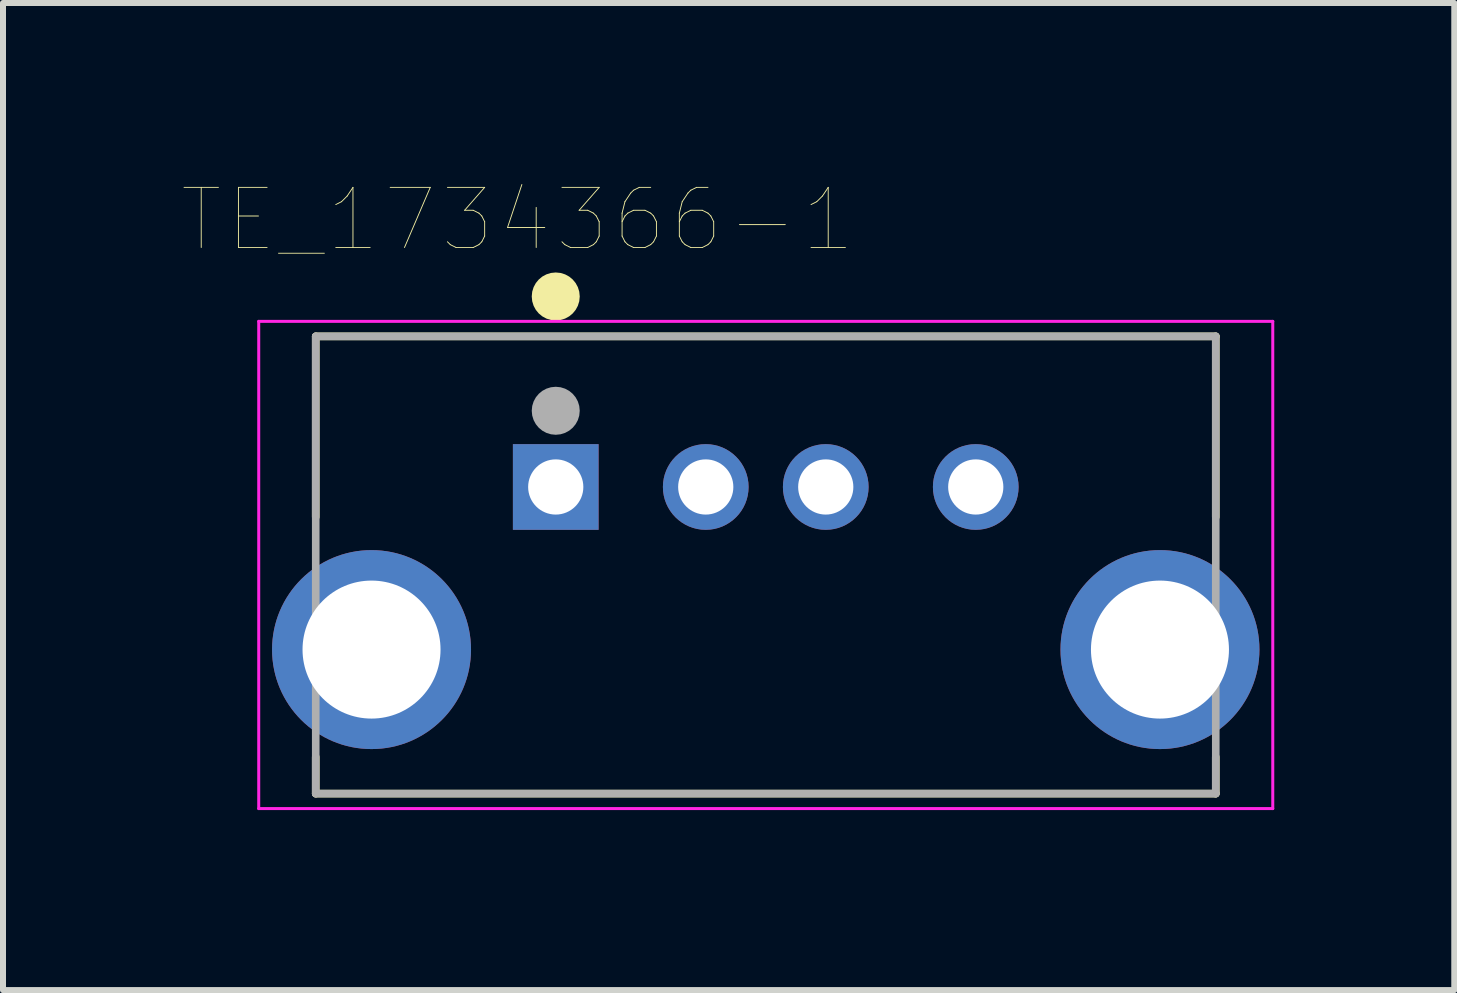
<source format=kicad_pcb>
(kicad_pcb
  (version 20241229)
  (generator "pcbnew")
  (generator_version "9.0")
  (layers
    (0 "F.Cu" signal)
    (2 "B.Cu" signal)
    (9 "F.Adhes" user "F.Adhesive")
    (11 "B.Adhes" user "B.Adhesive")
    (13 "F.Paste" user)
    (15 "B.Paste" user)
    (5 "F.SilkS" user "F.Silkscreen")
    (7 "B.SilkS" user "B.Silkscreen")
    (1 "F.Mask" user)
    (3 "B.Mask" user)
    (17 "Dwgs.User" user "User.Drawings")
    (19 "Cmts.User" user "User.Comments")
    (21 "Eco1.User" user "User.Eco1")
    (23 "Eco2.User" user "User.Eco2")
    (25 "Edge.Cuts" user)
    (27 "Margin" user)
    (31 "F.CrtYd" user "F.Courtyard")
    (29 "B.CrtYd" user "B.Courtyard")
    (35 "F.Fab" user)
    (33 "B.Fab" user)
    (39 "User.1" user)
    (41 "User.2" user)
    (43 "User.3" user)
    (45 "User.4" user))
  (footprint "TE_1734366-1"
    (layer "F.Cu")
    (at 6.212 5.066)
    (property "Reference" "TE_1734366-1" (at -0.636 -4.454 0) (layer "F.SilkS") (effects (font (size 1.002 1.002) (thickness 0.015))))
    (attr through_hole)
    (fp_line (start -4 -2.51) (end -4 0.5) (stroke (width 0.127) (type solid)) (layer "F.SilkS"))
    (fp_line (start -4 -2.51) (end 11 -2.51) (stroke (width 0.127) (type solid)) (layer "F.SilkS"))
    (fp_line (start -4 4.5) (end -4 5.11) (stroke (width 0.127) (type solid)) (layer "F.SilkS"))
    (fp_line (start -4 5.11) (end 11 5.11) (stroke (width 0.127) (type solid)) (layer "F.SilkS"))
    (fp_line (start 11 -2.51) (end 11 0.5) (stroke (width 0.127) (type solid)) (layer "F.SilkS"))
    (fp_line (start 11 5.11) (end 11 4.5) (stroke (width 0.127) (type solid)) (layer "F.SilkS"))
    (fp_circle (center 0 -3.175) (end 0.2 -3.175) (stroke (width 0.4) (type solid)) (fill no) (layer "F.SilkS"))
    (fp_line (start -4.95 -2.76) (end 11.95 -2.76) (stroke (width 0.05) (type solid)) (layer "F.CrtYd"))
    (fp_line (start -4.95 5.36) (end -4.95 -2.76) (stroke (width 0.05) (type solid)) (layer "F.CrtYd"))
    (fp_line (start 11.95 -2.76) (end 11.95 5.36) (stroke (width 0.05) (type solid)) (layer "F.CrtYd"))
    (fp_line (start 11.95 5.36) (end -4.95 5.36) (stroke (width 0.05) (type solid)) (layer "F.CrtYd"))
    (fp_line (start -4 -2.51) (end 11 -2.51) (stroke (width 0.127) (type solid)) (layer "F.Fab"))
    (fp_line (start -4 5.11) (end -4 -2.51) (stroke (width 0.127) (type solid)) (layer "F.Fab"))
    (fp_line (start 11 -2.51) (end 11 5.11) (stroke (width 0.127) (type solid)) (layer "F.Fab"))
    (fp_line (start 11 5.11) (end -4 5.11) (stroke (width 0.127) (type solid)) (layer "F.Fab"))
    (fp_circle (center 0 -1.27) (end 0.2 -1.27) (stroke (width 0.4) (type solid)) (fill no) (layer "F.Fab"))
    (pad "1" thru_hole rect (at 0 0) (size 1.428 1.428) (drill 0.92) (layers "*.Cu" "*.Mask"))
    (pad "2" thru_hole circle (at 2.5 0) (size 1.428 1.428) (drill 0.92) (layers "*.Cu" "*.Mask"))
    (pad "3" thru_hole circle (at 4.5 0) (size 1.428 1.428) (drill 0.92) (layers "*.Cu" "*.Mask"))
    (pad "4" thru_hole circle (at 7 0) (size 1.428 1.428) (drill 0.92) (layers "*.Cu" "*.Mask"))
    (pad "SH1" thru_hole circle (at -3.07 2.71) (size 3.316 3.316) (drill 2.3) (layers "*.Cu" "*.Mask"))
    (pad "SH2" thru_hole circle (at 10.07 2.71) (size 3.316 3.316) (drill 2.3) (layers "*.Cu" "*.Mask")))
  (gr_rect
    (start -3 -3)
    (end 21.187 13.451)
    (stroke (width 0.1) (type default))
    (fill no)
    (layer "Edge.Cuts")))
</source>
